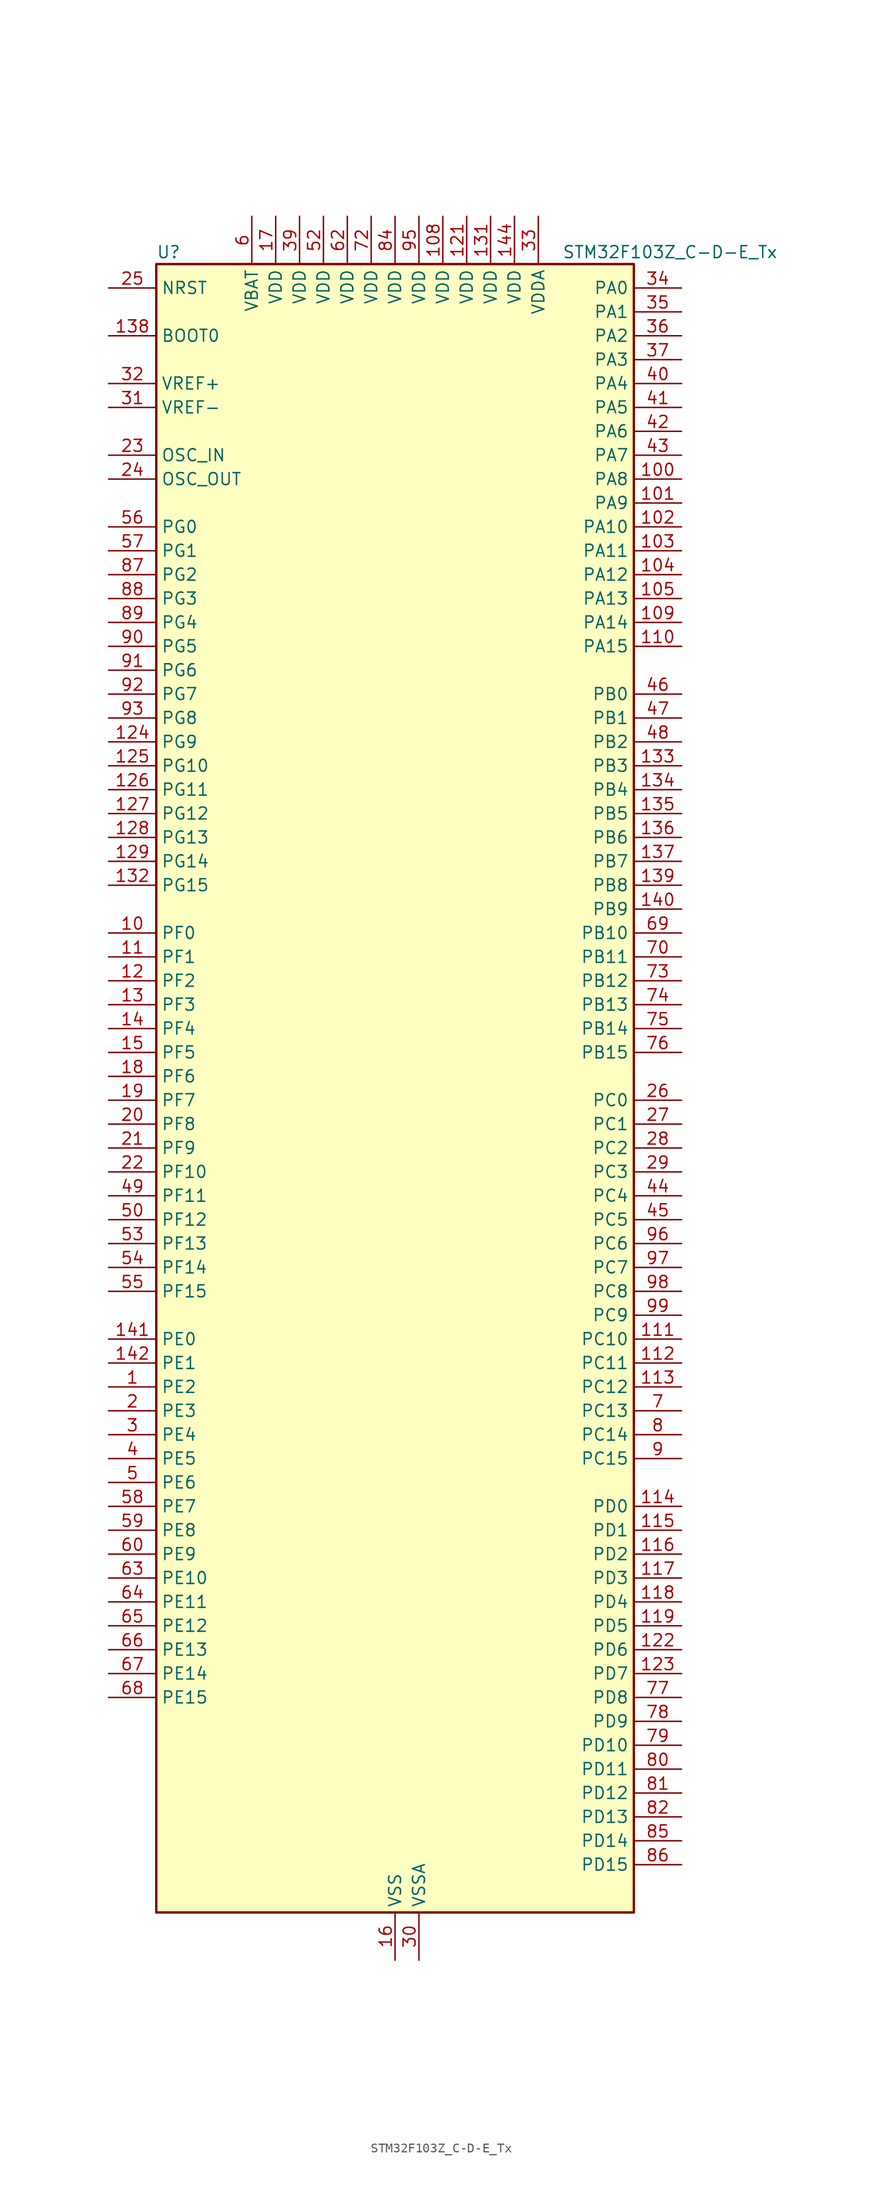
<source format=kicad_sym>
(kicad_symbol_lib
  (version 20220914)
  (generator kicad_symbol_editor)
  (symbol "STM32F103Z_C-D-E_Tx"
    (property "Reference" "U"
      (at -25.4 90.17 0)
      (effects (font (size 1.27 1.27)) (justify left)))
    (property "Value" "STM32F103Z_C-D-E_Tx"
      (at 17.78 90.17 0)
      (effects (font (size 1.27 1.27)) (justify left)))
    (property "ki_locked" ""
      (at 0 0 0)
      (effects (font (size 1.27 1.27))))
    (symbol "STM32F103Z_C-D-E_Tx_0_1"
      (rectangle (start -25.4 -86.36) (end 25.4 88.9) (stroke (width 0.254) (type default)) (fill (type background))))
    (symbol "STM32F103Z_C-D-E_Tx_1_1"
      (pin bidirectional line (at -30.48 -30.48 0) (length 5.08) (name "PE2" (effects (font (size 1.27 1.27)))) (number "1" (effects (font (size 1.27 1.27)))) (alternate "FSMC_A23" bidirectional line) (alternate "SYS_TRACECLK" bidirectional line))
      (pin bidirectional line (at -30.48 17.78 0) (length 5.08) (name "PF0" (effects (font (size 1.27 1.27)))) (number "10" (effects (font (size 1.27 1.27)))) (alternate "FSMC_A0" bidirectional line))
      (pin bidirectional line (at 30.48 66.04 180) (length 5.08) (name "PA8" (effects (font (size 1.27 1.27)))) (number "100" (effects (font (size 1.27 1.27)))) (alternate "RCC_MCO" bidirectional line) (alternate "TIM1_CH1" bidirectional line) (alternate "USART1_CK" bidirectional line))
      (pin bidirectional line (at 30.48 63.5 180) (length 5.08) (name "PA9" (effects (font (size 1.27 1.27)))) (number "101" (effects (font (size 1.27 1.27)))) (alternate "DAC_EXTI9" bidirectional line) (alternate "TIM1_CH2" bidirectional line) (alternate "USART1_TX" bidirectional line))
      (pin bidirectional line (at 30.48 60.96 180) (length 5.08) (name "PA10" (effects (font (size 1.27 1.27)))) (number "102" (effects (font (size 1.27 1.27)))) (alternate "TIM1_CH3" bidirectional line) (alternate "USART1_RX" bidirectional line))
      (pin bidirectional line (at 30.48 58.42 180) (length 5.08) (name "PA11" (effects (font (size 1.27 1.27)))) (number "103" (effects (font (size 1.27 1.27)))) (alternate "ADC1_EXTI11" bidirectional line) (alternate "ADC2_EXTI11" bidirectional line) (alternate "CAN_RX" bidirectional line) (alternate "TIM1_CH4" bidirectional line) (alternate "USART1_CTS" bidirectional line) (alternate "USB_DM" bidirectional line))
      (pin bidirectional line (at 30.48 55.88 180) (length 5.08) (name "PA12" (effects (font (size 1.27 1.27)))) (number "104" (effects (font (size 1.27 1.27)))) (alternate "CAN_TX" bidirectional line) (alternate "TIM1_ETR" bidirectional line) (alternate "USART1_RTS" bidirectional line) (alternate "USB_DP" bidirectional line))
      (pin bidirectional line (at 30.48 53.34 180) (length 5.08) (name "PA13" (effects (font (size 1.27 1.27)))) (number "105" (effects (font (size 1.27 1.27)))) (alternate "SYS_JTMS-SWDIO" bidirectional line))
      (pin no_connect line (at -25.4 -86.36 0) (length 5.08) hide (name "NC" (effects (font (size 1.27 1.27)))) (number "106" (effects (font (size 1.27 1.27)))))
      (pin passive line (at 0 -91.44 90) (length 5.08) hide (name "VSS" (effects (font (size 1.27 1.27)))) (number "107" (effects (font (size 1.27 1.27)))))
      (pin power_in line (at 5.08 93.98 270) (length 5.08) (name "VDD" (effects (font (size 1.27 1.27)))) (number "108" (effects (font (size 1.27 1.27)))))
      (pin bidirectional line (at 30.48 50.8 180) (length 5.08) (name "PA14" (effects (font (size 1.27 1.27)))) (number "109" (effects (font (size 1.27 1.27)))) (alternate "SYS_JTCK-SWCLK" bidirectional line))
      (pin bidirectional line (at -30.48 15.24 0) (length 5.08) (name "PF1" (effects (font (size 1.27 1.27)))) (number "11" (effects (font (size 1.27 1.27)))) (alternate "FSMC_A1" bidirectional line))
      (pin bidirectional line (at 30.48 48.26 180) (length 5.08) (name "PA15" (effects (font (size 1.27 1.27)))) (number "110" (effects (font (size 1.27 1.27)))) (alternate "ADC1_EXTI15" bidirectional line) (alternate "ADC2_EXTI15" bidirectional line) (alternate "I2S3_WS" bidirectional line) (alternate "SPI1_NSS" bidirectional line) (alternate "SPI3_NSS" bidirectional line) (alternate "SYS_JTDI" bidirectional line) (alternate "TIM2_CH1" bidirectional line) (alternate "TIM2_ETR" bidirectional line))
      (pin bidirectional line (at 30.48 -25.4 180) (length 5.08) (name "PC10" (effects (font (size 1.27 1.27)))) (number "111" (effects (font (size 1.27 1.27)))) (alternate "SDIO_D2" bidirectional line) (alternate "UART4_TX" bidirectional line) (alternate "USART3_TX" bidirectional line))
      (pin bidirectional line (at 30.48 -27.94 180) (length 5.08) (name "PC11" (effects (font (size 1.27 1.27)))) (number "112" (effects (font (size 1.27 1.27)))) (alternate "ADC1_EXTI11" bidirectional line) (alternate "ADC2_EXTI11" bidirectional line) (alternate "SDIO_D3" bidirectional line) (alternate "UART4_RX" bidirectional line) (alternate "USART3_RX" bidirectional line))
      (pin bidirectional line (at 30.48 -30.48 180) (length 5.08) (name "PC12" (effects (font (size 1.27 1.27)))) (number "113" (effects (font (size 1.27 1.27)))) (alternate "SDIO_CK" bidirectional line) (alternate "UART5_TX" bidirectional line) (alternate "USART3_CK" bidirectional line))
      (pin bidirectional line (at 30.48 -43.18 180) (length 5.08) (name "PD0" (effects (font (size 1.27 1.27)))) (number "114" (effects (font (size 1.27 1.27)))) (alternate "CAN_RX" bidirectional line) (alternate "FSMC_D2" bidirectional line) (alternate "FSMC_DA2" bidirectional line))
      (pin bidirectional line (at 30.48 -45.72 180) (length 5.08) (name "PD1" (effects (font (size 1.27 1.27)))) (number "115" (effects (font (size 1.27 1.27)))) (alternate "CAN_TX" bidirectional line) (alternate "FSMC_D3" bidirectional line) (alternate "FSMC_DA3" bidirectional line))
      (pin bidirectional line (at 30.48 -48.26 180) (length 5.08) (name "PD2" (effects (font (size 1.27 1.27)))) (number "116" (effects (font (size 1.27 1.27)))) (alternate "SDIO_CMD" bidirectional line) (alternate "TIM3_ETR" bidirectional line) (alternate "UART5_RX" bidirectional line))
      (pin bidirectional line (at 30.48 -50.8 180) (length 5.08) (name "PD3" (effects (font (size 1.27 1.27)))) (number "117" (effects (font (size 1.27 1.27)))) (alternate "FSMC_CLK" bidirectional line) (alternate "USART2_CTS" bidirectional line))
      (pin bidirectional line (at 30.48 -53.34 180) (length 5.08) (name "PD4" (effects (font (size 1.27 1.27)))) (number "118" (effects (font (size 1.27 1.27)))) (alternate "FSMC_NOE" bidirectional line) (alternate "USART2_RTS" bidirectional line))
      (pin bidirectional line (at 30.48 -55.88 180) (length 5.08) (name "PD5" (effects (font (size 1.27 1.27)))) (number "119" (effects (font (size 1.27 1.27)))) (alternate "FSMC_NWE" bidirectional line) (alternate "USART2_TX" bidirectional line))
      (pin bidirectional line (at -30.48 12.7 0) (length 5.08) (name "PF2" (effects (font (size 1.27 1.27)))) (number "12" (effects (font (size 1.27 1.27)))) (alternate "FSMC_A2" bidirectional line))
      (pin passive line (at 0 -91.44 90) (length 5.08) hide (name "VSS" (effects (font (size 1.27 1.27)))) (number "120" (effects (font (size 1.27 1.27)))))
      (pin power_in line (at 7.62 93.98 270) (length 5.08) (name "VDD" (effects (font (size 1.27 1.27)))) (number "121" (effects (font (size 1.27 1.27)))))
      (pin bidirectional line (at 30.48 -58.42 180) (length 5.08) (name "PD6" (effects (font (size 1.27 1.27)))) (number "122" (effects (font (size 1.27 1.27)))) (alternate "FSMC_NWAIT" bidirectional line) (alternate "USART2_RX" bidirectional line))
      (pin bidirectional line (at 30.48 -60.96 180) (length 5.08) (name "PD7" (effects (font (size 1.27 1.27)))) (number "123" (effects (font (size 1.27 1.27)))) (alternate "FSMC_NCE2" bidirectional line) (alternate "FSMC_NE1" bidirectional line) (alternate "USART2_CK" bidirectional line))
      (pin bidirectional line (at -30.48 38.1 0) (length 5.08) (name "PG9" (effects (font (size 1.27 1.27)))) (number "124" (effects (font (size 1.27 1.27)))) (alternate "DAC_EXTI9" bidirectional line) (alternate "FSMC_NCE3" bidirectional line) (alternate "FSMC_NE2" bidirectional line))
      (pin bidirectional line (at -30.48 35.56 0) (length 5.08) (name "PG10" (effects (font (size 1.27 1.27)))) (number "125" (effects (font (size 1.27 1.27)))) (alternate "FSMC_NCE4_1" bidirectional line) (alternate "FSMC_NE3" bidirectional line))
      (pin bidirectional line (at -30.48 33.02 0) (length 5.08) (name "PG11" (effects (font (size 1.27 1.27)))) (number "126" (effects (font (size 1.27 1.27)))) (alternate "ADC1_EXTI11" bidirectional line) (alternate "ADC2_EXTI11" bidirectional line) (alternate "FSMC_NCE4_2" bidirectional line))
      (pin bidirectional line (at -30.48 30.48 0) (length 5.08) (name "PG12" (effects (font (size 1.27 1.27)))) (number "127" (effects (font (size 1.27 1.27)))) (alternate "FSMC_NE4" bidirectional line))
      (pin bidirectional line (at -30.48 27.94 0) (length 5.08) (name "PG13" (effects (font (size 1.27 1.27)))) (number "128" (effects (font (size 1.27 1.27)))) (alternate "FSMC_A24" bidirectional line))
      (pin bidirectional line (at -30.48 25.4 0) (length 5.08) (name "PG14" (effects (font (size 1.27 1.27)))) (number "129" (effects (font (size 1.27 1.27)))) (alternate "FSMC_A25" bidirectional line))
      (pin bidirectional line (at -30.48 10.16 0) (length 5.08) (name "PF3" (effects (font (size 1.27 1.27)))) (number "13" (effects (font (size 1.27 1.27)))) (alternate "FSMC_A3" bidirectional line))
      (pin passive line (at 0 -91.44 90) (length 5.08) hide (name "VSS" (effects (font (size 1.27 1.27)))) (number "130" (effects (font (size 1.27 1.27)))))
      (pin power_in line (at 10.16 93.98 270) (length 5.08) (name "VDD" (effects (font (size 1.27 1.27)))) (number "131" (effects (font (size 1.27 1.27)))))
      (pin bidirectional line (at -30.48 22.86 0) (length 5.08) (name "PG15" (effects (font (size 1.27 1.27)))) (number "132" (effects (font (size 1.27 1.27)))) (alternate "ADC1_EXTI15" bidirectional line) (alternate "ADC2_EXTI15" bidirectional line))
      (pin bidirectional line (at 30.48 35.56 180) (length 5.08) (name "PB3" (effects (font (size 1.27 1.27)))) (number "133" (effects (font (size 1.27 1.27)))) (alternate "I2S3_CK" bidirectional line) (alternate "SPI1_SCK" bidirectional line) (alternate "SPI3_SCK" bidirectional line) (alternate "SYS_JTDO-TRACESWO" bidirectional line) (alternate "TIM2_CH2" bidirectional line))
      (pin bidirectional line (at 30.48 33.02 180) (length 5.08) (name "PB4" (effects (font (size 1.27 1.27)))) (number "134" (effects (font (size 1.27 1.27)))) (alternate "SPI1_MISO" bidirectional line) (alternate "SPI3_MISO" bidirectional line) (alternate "SYS_NJTRST" bidirectional line) (alternate "TIM3_CH1" bidirectional line))
      (pin bidirectional line (at 30.48 30.48 180) (length 5.08) (name "PB5" (effects (font (size 1.27 1.27)))) (number "135" (effects (font (size 1.27 1.27)))) (alternate "I2C1_SMBA" bidirectional line) (alternate "I2S3_SD" bidirectional line) (alternate "SPI1_MOSI" bidirectional line) (alternate "SPI3_MOSI" bidirectional line) (alternate "TIM3_CH2" bidirectional line))
      (pin bidirectional line (at 30.48 27.94 180) (length 5.08) (name "PB6" (effects (font (size 1.27 1.27)))) (number "136" (effects (font (size 1.27 1.27)))) (alternate "I2C1_SCL" bidirectional line) (alternate "TIM4_CH1" bidirectional line) (alternate "USART1_TX" bidirectional line))
      (pin bidirectional line (at 30.48 25.4 180) (length 5.08) (name "PB7" (effects (font (size 1.27 1.27)))) (number "137" (effects (font (size 1.27 1.27)))) (alternate "FSMC_NL" bidirectional line) (alternate "I2C1_SDA" bidirectional line) (alternate "TIM4_CH2" bidirectional line) (alternate "USART1_RX" bidirectional line))
      (pin input line (at -30.48 81.28 0) (length 5.08) (name "BOOT0" (effects (font (size 1.27 1.27)))) (number "138" (effects (font (size 1.27 1.27)))))
      (pin bidirectional line (at 30.48 22.86 180) (length 5.08) (name "PB8" (effects (font (size 1.27 1.27)))) (number "139" (effects (font (size 1.27 1.27)))) (alternate "CAN_RX" bidirectional line) (alternate "I2C1_SCL" bidirectional line) (alternate "SDIO_D4" bidirectional line) (alternate "TIM4_CH3" bidirectional line))
      (pin bidirectional line (at -30.48 7.62 0) (length 5.08) (name "PF4" (effects (font (size 1.27 1.27)))) (number "14" (effects (font (size 1.27 1.27)))) (alternate "FSMC_A4" bidirectional line))
      (pin bidirectional line (at 30.48 20.32 180) (length 5.08) (name "PB9" (effects (font (size 1.27 1.27)))) (number "140" (effects (font (size 1.27 1.27)))) (alternate "CAN_TX" bidirectional line) (alternate "DAC_EXTI9" bidirectional line) (alternate "I2C1_SDA" bidirectional line) (alternate "SDIO_D5" bidirectional line) (alternate "TIM4_CH4" bidirectional line))
      (pin bidirectional line (at -30.48 -25.4 0) (length 5.08) (name "PE0" (effects (font (size 1.27 1.27)))) (number "141" (effects (font (size 1.27 1.27)))) (alternate "FSMC_NBL0" bidirectional line) (alternate "TIM4_ETR" bidirectional line))
      (pin bidirectional line (at -30.48 -27.94 0) (length 5.08) (name "PE1" (effects (font (size 1.27 1.27)))) (number "142" (effects (font (size 1.27 1.27)))) (alternate "FSMC_NBL1" bidirectional line))
      (pin passive line (at 0 -91.44 90) (length 5.08) hide (name "VSS" (effects (font (size 1.27 1.27)))) (number "143" (effects (font (size 1.27 1.27)))))
      (pin power_in line (at 12.7 93.98 270) (length 5.08) (name "VDD" (effects (font (size 1.27 1.27)))) (number "144" (effects (font (size 1.27 1.27)))))
      (pin bidirectional line (at -30.48 5.08 0) (length 5.08) (name "PF5" (effects (font (size 1.27 1.27)))) (number "15" (effects (font (size 1.27 1.27)))) (alternate "FSMC_A5" bidirectional line))
      (pin power_in line (at 0 -91.44 90) (length 5.08) (name "VSS" (effects (font (size 1.27 1.27)))) (number "16" (effects (font (size 1.27 1.27)))))
      (pin power_in line (at -12.7 93.98 270) (length 5.08) (name "VDD" (effects (font (size 1.27 1.27)))) (number "17" (effects (font (size 1.27 1.27)))))
      (pin bidirectional line (at -30.48 2.54 0) (length 5.08) (name "PF6" (effects (font (size 1.27 1.27)))) (number "18" (effects (font (size 1.27 1.27)))) (alternate "ADC3_IN4" bidirectional line) (alternate "FSMC_NIORD" bidirectional line))
      (pin bidirectional line (at -30.48 0 0) (length 5.08) (name "PF7" (effects (font (size 1.27 1.27)))) (number "19" (effects (font (size 1.27 1.27)))) (alternate "ADC3_IN5" bidirectional line) (alternate "FSMC_NREG" bidirectional line))
      (pin bidirectional line (at -30.48 -33.02 0) (length 5.08) (name "PE3" (effects (font (size 1.27 1.27)))) (number "2" (effects (font (size 1.27 1.27)))) (alternate "FSMC_A19" bidirectional line) (alternate "SYS_TRACED0" bidirectional line))
      (pin bidirectional line (at -30.48 -2.54 0) (length 5.08) (name "PF8" (effects (font (size 1.27 1.27)))) (number "20" (effects (font (size 1.27 1.27)))) (alternate "ADC3_IN6" bidirectional line) (alternate "FSMC_NIOWR" bidirectional line))
      (pin bidirectional line (at -30.48 -5.08 0) (length 5.08) (name "PF9" (effects (font (size 1.27 1.27)))) (number "21" (effects (font (size 1.27 1.27)))) (alternate "ADC3_IN7" bidirectional line) (alternate "DAC_EXTI9" bidirectional line) (alternate "FSMC_CD" bidirectional line))
      (pin bidirectional line (at -30.48 -7.62 0) (length 5.08) (name "PF10" (effects (font (size 1.27 1.27)))) (number "22" (effects (font (size 1.27 1.27)))) (alternate "ADC3_IN8" bidirectional line) (alternate "FSMC_INTR" bidirectional line))
      (pin input line (at -30.48 68.58 0) (length 5.08) (name "OSC_IN" (effects (font (size 1.27 1.27)))) (number "23" (effects (font (size 1.27 1.27)))) (alternate "RCC_OSC_IN" bidirectional line))
      (pin input line (at -30.48 66.04 0) (length 5.08) (name "OSC_OUT" (effects (font (size 1.27 1.27)))) (number "24" (effects (font (size 1.27 1.27)))) (alternate "RCC_OSC_OUT" bidirectional line))
      (pin input line (at -30.48 86.36 0) (length 5.08) (name "NRST" (effects (font (size 1.27 1.27)))) (number "25" (effects (font (size 1.27 1.27)))))
      (pin bidirectional line (at 30.48 0 180) (length 5.08) (name "PC0" (effects (font (size 1.27 1.27)))) (number "26" (effects (font (size 1.27 1.27)))) (alternate "ADC1_IN10" bidirectional line) (alternate "ADC2_IN10" bidirectional line) (alternate "ADC3_IN10" bidirectional line))
      (pin bidirectional line (at 30.48 -2.54 180) (length 5.08) (name "PC1" (effects (font (size 1.27 1.27)))) (number "27" (effects (font (size 1.27 1.27)))) (alternate "ADC1_IN11" bidirectional line) (alternate "ADC2_IN11" bidirectional line) (alternate "ADC3_IN11" bidirectional line))
      (pin bidirectional line (at 30.48 -5.08 180) (length 5.08) (name "PC2" (effects (font (size 1.27 1.27)))) (number "28" (effects (font (size 1.27 1.27)))) (alternate "ADC1_IN12" bidirectional line) (alternate "ADC2_IN12" bidirectional line) (alternate "ADC3_IN12" bidirectional line))
      (pin bidirectional line (at 30.48 -7.62 180) (length 5.08) (name "PC3" (effects (font (size 1.27 1.27)))) (number "29" (effects (font (size 1.27 1.27)))) (alternate "ADC1_IN13" bidirectional line) (alternate "ADC2_IN13" bidirectional line) (alternate "ADC3_IN13" bidirectional line))
      (pin bidirectional line (at -30.48 -35.56 0) (length 5.08) (name "PE4" (effects (font (size 1.27 1.27)))) (number "3" (effects (font (size 1.27 1.27)))) (alternate "FSMC_A20" bidirectional line) (alternate "SYS_TRACED1" bidirectional line))
      (pin power_in line (at 2.54 -91.44 90) (length 5.08) (name "VSSA" (effects (font (size 1.27 1.27)))) (number "30" (effects (font (size 1.27 1.27)))))
      (pin input line (at -30.48 73.66 0) (length 5.08) (name "VREF-" (effects (font (size 1.27 1.27)))) (number "31" (effects (font (size 1.27 1.27)))))
      (pin input line (at -30.48 76.2 0) (length 5.08) (name "VREF+" (effects (font (size 1.27 1.27)))) (number "32" (effects (font (size 1.27 1.27)))))
      (pin power_in line (at 15.24 93.98 270) (length 5.08) (name "VDDA" (effects (font (size 1.27 1.27)))) (number "33" (effects (font (size 1.27 1.27)))))
      (pin bidirectional line (at 30.48 86.36 180) (length 5.08) (name "PA0" (effects (font (size 1.27 1.27)))) (number "34" (effects (font (size 1.27 1.27)))) (alternate "ADC1_IN0" bidirectional line) (alternate "ADC2_IN0" bidirectional line) (alternate "ADC3_IN0" bidirectional line) (alternate "SYS_WKUP" bidirectional line) (alternate "TIM2_CH1" bidirectional line) (alternate "TIM2_ETR" bidirectional line) (alternate "TIM5_CH1" bidirectional line) (alternate "TIM8_ETR" bidirectional line) (alternate "USART2_CTS" bidirectional line))
      (pin bidirectional line (at 30.48 83.82 180) (length 5.08) (name "PA1" (effects (font (size 1.27 1.27)))) (number "35" (effects (font (size 1.27 1.27)))) (alternate "ADC1_IN1" bidirectional line) (alternate "ADC2_IN1" bidirectional line) (alternate "ADC3_IN1" bidirectional line) (alternate "TIM2_CH2" bidirectional line) (alternate "TIM5_CH2" bidirectional line) (alternate "USART2_RTS" bidirectional line))
      (pin bidirectional line (at 30.48 81.28 180) (length 5.08) (name "PA2" (effects (font (size 1.27 1.27)))) (number "36" (effects (font (size 1.27 1.27)))) (alternate "ADC1_IN2" bidirectional line) (alternate "ADC2_IN2" bidirectional line) (alternate "ADC3_IN2" bidirectional line) (alternate "TIM2_CH3" bidirectional line) (alternate "TIM5_CH3" bidirectional line) (alternate "USART2_TX" bidirectional line))
      (pin bidirectional line (at 30.48 78.74 180) (length 5.08) (name "PA3" (effects (font (size 1.27 1.27)))) (number "37" (effects (font (size 1.27 1.27)))) (alternate "ADC1_IN3" bidirectional line) (alternate "ADC2_IN3" bidirectional line) (alternate "ADC3_IN3" bidirectional line) (alternate "TIM2_CH4" bidirectional line) (alternate "TIM5_CH4" bidirectional line) (alternate "USART2_RX" bidirectional line))
      (pin passive line (at 0 -91.44 90) (length 5.08) hide (name "VSS" (effects (font (size 1.27 1.27)))) (number "38" (effects (font (size 1.27 1.27)))))
      (pin power_in line (at -10.16 93.98 270) (length 5.08) (name "VDD" (effects (font (size 1.27 1.27)))) (number "39" (effects (font (size 1.27 1.27)))))
      (pin bidirectional line (at -30.48 -38.1 0) (length 5.08) (name "PE5" (effects (font (size 1.27 1.27)))) (number "4" (effects (font (size 1.27 1.27)))) (alternate "FSMC_A21" bidirectional line) (alternate "SYS_TRACED2" bidirectional line))
      (pin bidirectional line (at 30.48 76.2 180) (length 5.08) (name "PA4" (effects (font (size 1.27 1.27)))) (number "40" (effects (font (size 1.27 1.27)))) (alternate "ADC1_IN4" bidirectional line) (alternate "ADC2_IN4" bidirectional line) (alternate "DAC_OUT1" bidirectional line) (alternate "SPI1_NSS" bidirectional line) (alternate "USART2_CK" bidirectional line))
      (pin bidirectional line (at 30.48 73.66 180) (length 5.08) (name "PA5" (effects (font (size 1.27 1.27)))) (number "41" (effects (font (size 1.27 1.27)))) (alternate "ADC1_IN5" bidirectional line) (alternate "ADC2_IN5" bidirectional line) (alternate "DAC_OUT2" bidirectional line) (alternate "SPI1_SCK" bidirectional line))
      (pin bidirectional line (at 30.48 71.12 180) (length 5.08) (name "PA6" (effects (font (size 1.27 1.27)))) (number "42" (effects (font (size 1.27 1.27)))) (alternate "ADC1_IN6" bidirectional line) (alternate "ADC2_IN6" bidirectional line) (alternate "SPI1_MISO" bidirectional line) (alternate "TIM1_BKIN" bidirectional line) (alternate "TIM3_CH1" bidirectional line) (alternate "TIM8_BKIN" bidirectional line))
      (pin bidirectional line (at 30.48 68.58 180) (length 5.08) (name "PA7" (effects (font (size 1.27 1.27)))) (number "43" (effects (font (size 1.27 1.27)))) (alternate "ADC1_IN7" bidirectional line) (alternate "ADC2_IN7" bidirectional line) (alternate "SPI1_MOSI" bidirectional line) (alternate "TIM1_CH1N" bidirectional line) (alternate "TIM3_CH2" bidirectional line) (alternate "TIM8_CH1N" bidirectional line))
      (pin bidirectional line (at 30.48 -10.16 180) (length 5.08) (name "PC4" (effects (font (size 1.27 1.27)))) (number "44" (effects (font (size 1.27 1.27)))) (alternate "ADC1_IN14" bidirectional line) (alternate "ADC2_IN14" bidirectional line))
      (pin bidirectional line (at 30.48 -12.7 180) (length 5.08) (name "PC5" (effects (font (size 1.27 1.27)))) (number "45" (effects (font (size 1.27 1.27)))) (alternate "ADC1_IN15" bidirectional line) (alternate "ADC2_IN15" bidirectional line))
      (pin bidirectional line (at 30.48 43.18 180) (length 5.08) (name "PB0" (effects (font (size 1.27 1.27)))) (number "46" (effects (font (size 1.27 1.27)))) (alternate "ADC1_IN8" bidirectional line) (alternate "ADC2_IN8" bidirectional line) (alternate "TIM1_CH2N" bidirectional line) (alternate "TIM3_CH3" bidirectional line) (alternate "TIM8_CH2N" bidirectional line))
      (pin bidirectional line (at 30.48 40.64 180) (length 5.08) (name "PB1" (effects (font (size 1.27 1.27)))) (number "47" (effects (font (size 1.27 1.27)))) (alternate "ADC1_IN9" bidirectional line) (alternate "ADC2_IN9" bidirectional line) (alternate "TIM1_CH3N" bidirectional line) (alternate "TIM3_CH4" bidirectional line) (alternate "TIM8_CH3N" bidirectional line))
      (pin bidirectional line (at 30.48 38.1 180) (length 5.08) (name "PB2" (effects (font (size 1.27 1.27)))) (number "48" (effects (font (size 1.27 1.27)))))
      (pin bidirectional line (at -30.48 -10.16 0) (length 5.08) (name "PF11" (effects (font (size 1.27 1.27)))) (number "49" (effects (font (size 1.27 1.27)))) (alternate "ADC1_EXTI11" bidirectional line) (alternate "ADC2_EXTI11" bidirectional line) (alternate "FSMC_NIOS16" bidirectional line))
      (pin bidirectional line (at -30.48 -40.64 0) (length 5.08) (name "PE6" (effects (font (size 1.27 1.27)))) (number "5" (effects (font (size 1.27 1.27)))) (alternate "FSMC_A22" bidirectional line) (alternate "SYS_TRACED3" bidirectional line))
      (pin bidirectional line (at -30.48 -12.7 0) (length 5.08) (name "PF12" (effects (font (size 1.27 1.27)))) (number "50" (effects (font (size 1.27 1.27)))) (alternate "FSMC_A6" bidirectional line))
      (pin passive line (at 0 -91.44 90) (length 5.08) hide (name "VSS" (effects (font (size 1.27 1.27)))) (number "51" (effects (font (size 1.27 1.27)))))
      (pin power_in line (at -7.62 93.98 270) (length 5.08) (name "VDD" (effects (font (size 1.27 1.27)))) (number "52" (effects (font (size 1.27 1.27)))))
      (pin bidirectional line (at -30.48 -15.24 0) (length 5.08) (name "PF13" (effects (font (size 1.27 1.27)))) (number "53" (effects (font (size 1.27 1.27)))) (alternate "FSMC_A7" bidirectional line))
      (pin bidirectional line (at -30.48 -17.78 0) (length 5.08) (name "PF14" (effects (font (size 1.27 1.27)))) (number "54" (effects (font (size 1.27 1.27)))) (alternate "FSMC_A8" bidirectional line))
      (pin bidirectional line (at -30.48 -20.32 0) (length 5.08) (name "PF15" (effects (font (size 1.27 1.27)))) (number "55" (effects (font (size 1.27 1.27)))) (alternate "ADC1_EXTI15" bidirectional line) (alternate "ADC2_EXTI15" bidirectional line) (alternate "FSMC_A9" bidirectional line))
      (pin bidirectional line (at -30.48 60.96 0) (length 5.08) (name "PG0" (effects (font (size 1.27 1.27)))) (number "56" (effects (font (size 1.27 1.27)))) (alternate "FSMC_A10" bidirectional line))
      (pin bidirectional line (at -30.48 58.42 0) (length 5.08) (name "PG1" (effects (font (size 1.27 1.27)))) (number "57" (effects (font (size 1.27 1.27)))) (alternate "FSMC_A11" bidirectional line))
      (pin bidirectional line (at -30.48 -43.18 0) (length 5.08) (name "PE7" (effects (font (size 1.27 1.27)))) (number "58" (effects (font (size 1.27 1.27)))) (alternate "FSMC_D4" bidirectional line) (alternate "FSMC_DA4" bidirectional line) (alternate "TIM1_ETR" bidirectional line))
      (pin bidirectional line (at -30.48 -45.72 0) (length 5.08) (name "PE8" (effects (font (size 1.27 1.27)))) (number "59" (effects (font (size 1.27 1.27)))) (alternate "FSMC_D5" bidirectional line) (alternate "FSMC_DA5" bidirectional line) (alternate "TIM1_CH1N" bidirectional line))
      (pin power_in line (at -15.24 93.98 270) (length 5.08) (name "VBAT" (effects (font (size 1.27 1.27)))) (number "6" (effects (font (size 1.27 1.27)))))
      (pin bidirectional line (at -30.48 -48.26 0) (length 5.08) (name "PE9" (effects (font (size 1.27 1.27)))) (number "60" (effects (font (size 1.27 1.27)))) (alternate "DAC_EXTI9" bidirectional line) (alternate "FSMC_D6" bidirectional line) (alternate "FSMC_DA6" bidirectional line) (alternate "TIM1_CH1" bidirectional line))
      (pin passive line (at 0 -91.44 90) (length 5.08) hide (name "VSS" (effects (font (size 1.27 1.27)))) (number "61" (effects (font (size 1.27 1.27)))))
      (pin power_in line (at -5.08 93.98 270) (length 5.08) (name "VDD" (effects (font (size 1.27 1.27)))) (number "62" (effects (font (size 1.27 1.27)))))
      (pin bidirectional line (at -30.48 -50.8 0) (length 5.08) (name "PE10" (effects (font (size 1.27 1.27)))) (number "63" (effects (font (size 1.27 1.27)))) (alternate "FSMC_D7" bidirectional line) (alternate "FSMC_DA7" bidirectional line) (alternate "TIM1_CH2N" bidirectional line))
      (pin bidirectional line (at -30.48 -53.34 0) (length 5.08) (name "PE11" (effects (font (size 1.27 1.27)))) (number "64" (effects (font (size 1.27 1.27)))) (alternate "ADC1_EXTI11" bidirectional line) (alternate "ADC2_EXTI11" bidirectional line) (alternate "FSMC_D8" bidirectional line) (alternate "FSMC_DA8" bidirectional line) (alternate "TIM1_CH2" bidirectional line))
      (pin bidirectional line (at -30.48 -55.88 0) (length 5.08) (name "PE12" (effects (font (size 1.27 1.27)))) (number "65" (effects (font (size 1.27 1.27)))) (alternate "FSMC_D9" bidirectional line) (alternate "FSMC_DA9" bidirectional line) (alternate "TIM1_CH3N" bidirectional line))
      (pin bidirectional line (at -30.48 -58.42 0) (length 5.08) (name "PE13" (effects (font (size 1.27 1.27)))) (number "66" (effects (font (size 1.27 1.27)))) (alternate "FSMC_D10" bidirectional line) (alternate "FSMC_DA10" bidirectional line) (alternate "TIM1_CH3" bidirectional line))
      (pin bidirectional line (at -30.48 -60.96 0) (length 5.08) (name "PE14" (effects (font (size 1.27 1.27)))) (number "67" (effects (font (size 1.27 1.27)))) (alternate "FSMC_D11" bidirectional line) (alternate "FSMC_DA11" bidirectional line) (alternate "TIM1_CH4" bidirectional line))
      (pin bidirectional line (at -30.48 -63.5 0) (length 5.08) (name "PE15" (effects (font (size 1.27 1.27)))) (number "68" (effects (font (size 1.27 1.27)))) (alternate "ADC1_EXTI15" bidirectional line) (alternate "ADC2_EXTI15" bidirectional line) (alternate "FSMC_D12" bidirectional line) (alternate "FSMC_DA12" bidirectional line) (alternate "TIM1_BKIN" bidirectional line))
      (pin bidirectional line (at 30.48 17.78 180) (length 5.08) (name "PB10" (effects (font (size 1.27 1.27)))) (number "69" (effects (font (size 1.27 1.27)))) (alternate "I2C2_SCL" bidirectional line) (alternate "TIM2_CH3" bidirectional line) (alternate "USART3_TX" bidirectional line))
      (pin bidirectional line (at 30.48 -33.02 180) (length 5.08) (name "PC13" (effects (font (size 1.27 1.27)))) (number "7" (effects (font (size 1.27 1.27)))) (alternate "RTC_OUT" bidirectional line) (alternate "RTC_TAMPER" bidirectional line))
      (pin bidirectional line (at 30.48 15.24 180) (length 5.08) (name "PB11" (effects (font (size 1.27 1.27)))) (number "70" (effects (font (size 1.27 1.27)))) (alternate "ADC1_EXTI11" bidirectional line) (alternate "ADC2_EXTI11" bidirectional line) (alternate "I2C2_SDA" bidirectional line) (alternate "TIM2_CH4" bidirectional line) (alternate "USART3_RX" bidirectional line))
      (pin passive line (at 0 -91.44 90) (length 5.08) hide (name "VSS" (effects (font (size 1.27 1.27)))) (number "71" (effects (font (size 1.27 1.27)))))
      (pin power_in line (at -2.54 93.98 270) (length 5.08) (name "VDD" (effects (font (size 1.27 1.27)))) (number "72" (effects (font (size 1.27 1.27)))))
      (pin bidirectional line (at 30.48 12.7 180) (length 5.08) (name "PB12" (effects (font (size 1.27 1.27)))) (number "73" (effects (font (size 1.27 1.27)))) (alternate "I2C2_SMBA" bidirectional line) (alternate "I2S2_WS" bidirectional line) (alternate "SPI2_NSS" bidirectional line) (alternate "TIM1_BKIN" bidirectional line) (alternate "USART3_CK" bidirectional line))
      (pin bidirectional line (at 30.48 10.16 180) (length 5.08) (name "PB13" (effects (font (size 1.27 1.27)))) (number "74" (effects (font (size 1.27 1.27)))) (alternate "I2S2_CK" bidirectional line) (alternate "SPI2_SCK" bidirectional line) (alternate "TIM1_CH1N" bidirectional line) (alternate "USART3_CTS" bidirectional line))
      (pin bidirectional line (at 30.48 7.62 180) (length 5.08) (name "PB14" (effects (font (size 1.27 1.27)))) (number "75" (effects (font (size 1.27 1.27)))) (alternate "SPI2_MISO" bidirectional line) (alternate "TIM1_CH2N" bidirectional line) (alternate "USART3_RTS" bidirectional line))
      (pin bidirectional line (at 30.48 5.08 180) (length 5.08) (name "PB15" (effects (font (size 1.27 1.27)))) (number "76" (effects (font (size 1.27 1.27)))) (alternate "ADC1_EXTI15" bidirectional line) (alternate "ADC2_EXTI15" bidirectional line) (alternate "I2S2_SD" bidirectional line) (alternate "SPI2_MOSI" bidirectional line) (alternate "TIM1_CH3N" bidirectional line))
      (pin bidirectional line (at 30.48 -63.5 180) (length 5.08) (name "PD8" (effects (font (size 1.27 1.27)))) (number "77" (effects (font (size 1.27 1.27)))) (alternate "FSMC_D13" bidirectional line) (alternate "FSMC_DA13" bidirectional line) (alternate "USART3_TX" bidirectional line))
      (pin bidirectional line (at 30.48 -66.04 180) (length 5.08) (name "PD9" (effects (font (size 1.27 1.27)))) (number "78" (effects (font (size 1.27 1.27)))) (alternate "DAC_EXTI9" bidirectional line) (alternate "FSMC_D14" bidirectional line) (alternate "FSMC_DA14" bidirectional line) (alternate "USART3_RX" bidirectional line))
      (pin bidirectional line (at 30.48 -68.58 180) (length 5.08) (name "PD10" (effects (font (size 1.27 1.27)))) (number "79" (effects (font (size 1.27 1.27)))) (alternate "FSMC_D15" bidirectional line) (alternate "FSMC_DA15" bidirectional line) (alternate "USART3_CK" bidirectional line))
      (pin bidirectional line (at 30.48 -35.56 180) (length 5.08) (name "PC14" (effects (font (size 1.27 1.27)))) (number "8" (effects (font (size 1.27 1.27)))) (alternate "RCC_OSC32_IN" bidirectional line))
      (pin bidirectional line (at 30.48 -71.12 180) (length 5.08) (name "PD11" (effects (font (size 1.27 1.27)))) (number "80" (effects (font (size 1.27 1.27)))) (alternate "ADC1_EXTI11" bidirectional line) (alternate "ADC2_EXTI11" bidirectional line) (alternate "FSMC_A16" bidirectional line) (alternate "FSMC_CLE" bidirectional line) (alternate "USART3_CTS" bidirectional line))
      (pin bidirectional line (at 30.48 -73.66 180) (length 5.08) (name "PD12" (effects (font (size 1.27 1.27)))) (number "81" (effects (font (size 1.27 1.27)))) (alternate "FSMC_A17" bidirectional line) (alternate "FSMC_ALE" bidirectional line) (alternate "TIM4_CH1" bidirectional line) (alternate "USART3_RTS" bidirectional line))
      (pin bidirectional line (at 30.48 -76.2 180) (length 5.08) (name "PD13" (effects (font (size 1.27 1.27)))) (number "82" (effects (font (size 1.27 1.27)))) (alternate "FSMC_A18" bidirectional line) (alternate "TIM4_CH2" bidirectional line))
      (pin passive line (at 0 -91.44 90) (length 5.08) hide (name "VSS" (effects (font (size 1.27 1.27)))) (number "83" (effects (font (size 1.27 1.27)))))
      (pin power_in line (at 0 93.98 270) (length 5.08) (name "VDD" (effects (font (size 1.27 1.27)))) (number "84" (effects (font (size 1.27 1.27)))))
      (pin bidirectional line (at 30.48 -78.74 180) (length 5.08) (name "PD14" (effects (font (size 1.27 1.27)))) (number "85" (effects (font (size 1.27 1.27)))) (alternate "FSMC_D0" bidirectional line) (alternate "FSMC_DA0" bidirectional line) (alternate "TIM4_CH3" bidirectional line))
      (pin bidirectional line (at 30.48 -81.28 180) (length 5.08) (name "PD15" (effects (font (size 1.27 1.27)))) (number "86" (effects (font (size 1.27 1.27)))) (alternate "ADC1_EXTI15" bidirectional line) (alternate "ADC2_EXTI15" bidirectional line) (alternate "FSMC_D1" bidirectional line) (alternate "FSMC_DA1" bidirectional line) (alternate "TIM4_CH4" bidirectional line))
      (pin bidirectional line (at -30.48 55.88 0) (length 5.08) (name "PG2" (effects (font (size 1.27 1.27)))) (number "87" (effects (font (size 1.27 1.27)))) (alternate "FSMC_A12" bidirectional line))
      (pin bidirectional line (at -30.48 53.34 0) (length 5.08) (name "PG3" (effects (font (size 1.27 1.27)))) (number "88" (effects (font (size 1.27 1.27)))) (alternate "FSMC_A13" bidirectional line))
      (pin bidirectional line (at -30.48 50.8 0) (length 5.08) (name "PG4" (effects (font (size 1.27 1.27)))) (number "89" (effects (font (size 1.27 1.27)))) (alternate "FSMC_A14" bidirectional line))
      (pin bidirectional line (at 30.48 -38.1 180) (length 5.08) (name "PC15" (effects (font (size 1.27 1.27)))) (number "9" (effects (font (size 1.27 1.27)))) (alternate "ADC1_EXTI15" bidirectional line) (alternate "ADC2_EXTI15" bidirectional line) (alternate "RCC_OSC32_OUT" bidirectional line))
      (pin bidirectional line (at -30.48 48.26 0) (length 5.08) (name "PG5" (effects (font (size 1.27 1.27)))) (number "90" (effects (font (size 1.27 1.27)))) (alternate "FSMC_A15" bidirectional line))
      (pin bidirectional line (at -30.48 45.72 0) (length 5.08) (name "PG6" (effects (font (size 1.27 1.27)))) (number "91" (effects (font (size 1.27 1.27)))) (alternate "FSMC_INT2" bidirectional line))
      (pin bidirectional line (at -30.48 43.18 0) (length 5.08) (name "PG7" (effects (font (size 1.27 1.27)))) (number "92" (effects (font (size 1.27 1.27)))) (alternate "FSMC_INT3" bidirectional line))
      (pin bidirectional line (at -30.48 40.64 0) (length 5.08) (name "PG8" (effects (font (size 1.27 1.27)))) (number "93" (effects (font (size 1.27 1.27)))))
      (pin passive line (at 0 -91.44 90) (length 5.08) hide (name "VSS" (effects (font (size 1.27 1.27)))) (number "94" (effects (font (size 1.27 1.27)))))
      (pin power_in line (at 2.54 93.98 270) (length 5.08) (name "VDD" (effects (font (size 1.27 1.27)))) (number "95" (effects (font (size 1.27 1.27)))))
      (pin bidirectional line (at 30.48 -15.24 180) (length 5.08) (name "PC6" (effects (font (size 1.27 1.27)))) (number "96" (effects (font (size 1.27 1.27)))) (alternate "I2S2_MCK" bidirectional line) (alternate "SDIO_D6" bidirectional line) (alternate "TIM3_CH1" bidirectional line) (alternate "TIM8_CH1" bidirectional line))
      (pin bidirectional line (at 30.48 -17.78 180) (length 5.08) (name "PC7" (effects (font (size 1.27 1.27)))) (number "97" (effects (font (size 1.27 1.27)))) (alternate "I2S3_MCK" bidirectional line) (alternate "SDIO_D7" bidirectional line) (alternate "TIM3_CH2" bidirectional line) (alternate "TIM8_CH2" bidirectional line))
      (pin bidirectional line (at 30.48 -20.32 180) (length 5.08) (name "PC8" (effects (font (size 1.27 1.27)))) (number "98" (effects (font (size 1.27 1.27)))) (alternate "SDIO_D0" bidirectional line) (alternate "TIM3_CH3" bidirectional line) (alternate "TIM8_CH3" bidirectional line))
      (pin bidirectional line (at 30.48 -22.86 180) (length 5.08) (name "PC9" (effects (font (size 1.27 1.27)))) (number "99" (effects (font (size 1.27 1.27)))) (alternate "DAC_EXTI9" bidirectional line) (alternate "SDIO_D1" bidirectional line) (alternate "TIM3_CH4" bidirectional line) (alternate "TIM8_CH4" bidirectional line)))))
</source>
